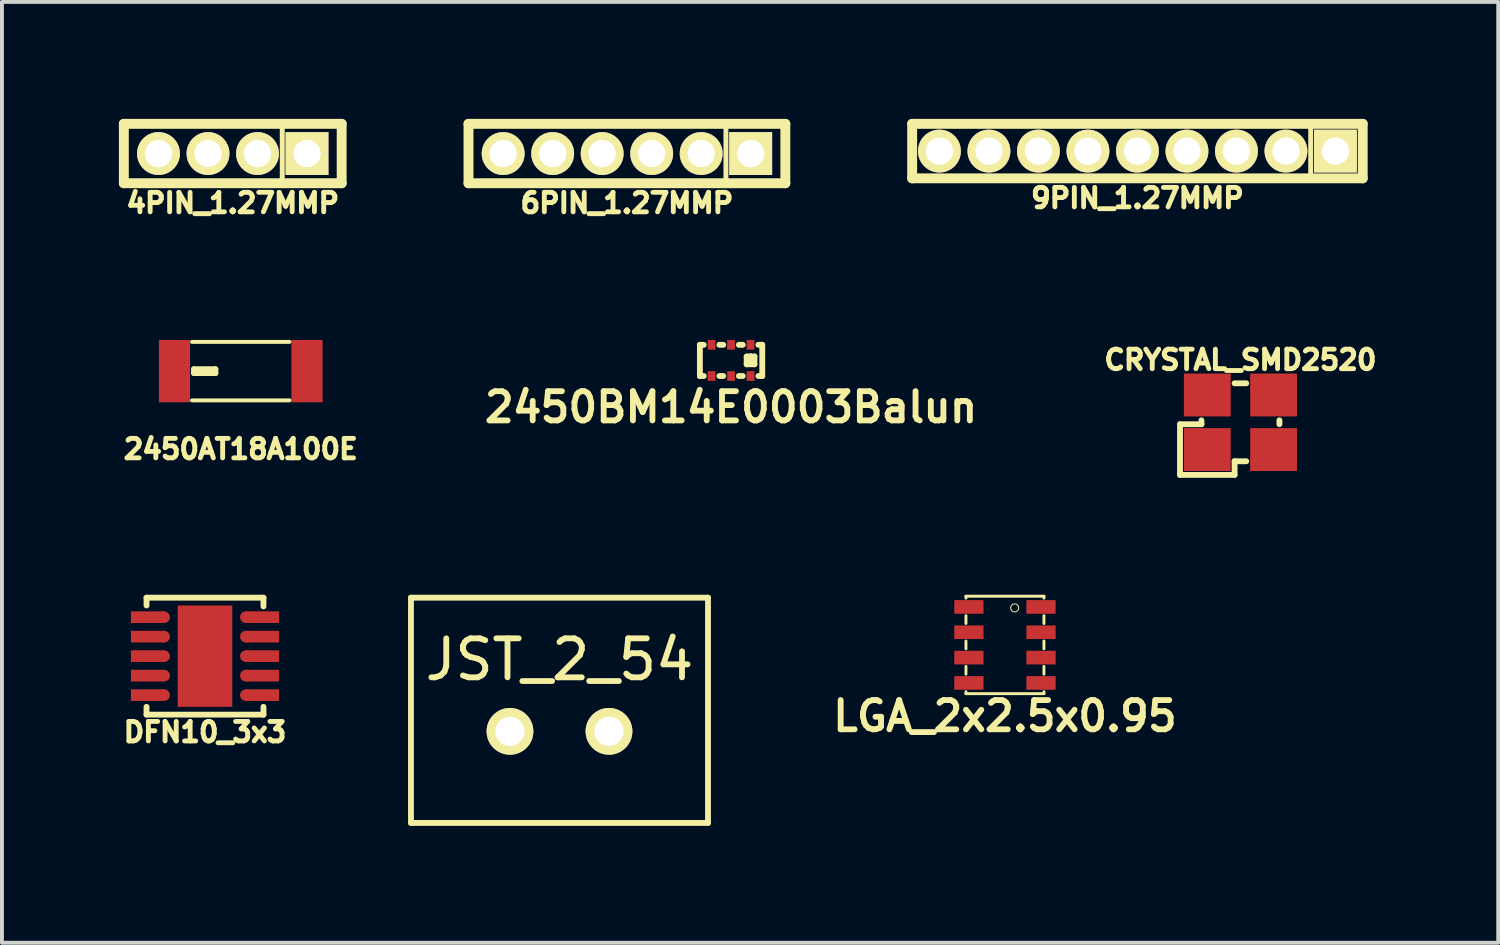
<source format=kicad_pcb>
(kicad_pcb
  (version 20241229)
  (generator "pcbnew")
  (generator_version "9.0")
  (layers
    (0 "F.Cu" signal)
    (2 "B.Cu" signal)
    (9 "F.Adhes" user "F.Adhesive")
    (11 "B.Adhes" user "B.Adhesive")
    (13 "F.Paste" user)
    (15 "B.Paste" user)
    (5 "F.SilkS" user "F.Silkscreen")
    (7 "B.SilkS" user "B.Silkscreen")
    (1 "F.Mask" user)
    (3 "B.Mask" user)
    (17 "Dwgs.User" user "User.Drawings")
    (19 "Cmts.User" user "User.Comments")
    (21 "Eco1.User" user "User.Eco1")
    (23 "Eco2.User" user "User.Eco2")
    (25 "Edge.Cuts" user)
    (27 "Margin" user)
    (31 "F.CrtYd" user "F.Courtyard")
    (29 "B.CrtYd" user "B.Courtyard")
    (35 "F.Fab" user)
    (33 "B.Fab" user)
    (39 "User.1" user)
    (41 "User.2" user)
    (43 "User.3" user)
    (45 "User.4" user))
  (footprint "JST_2_54"
    (layer "F.Cu")
    (at 11.303 15.712)
    (property "Reference" "JST_2_54" (at 0 -1.841 0) (layer "F.SilkS") (effects (font (size 1 1) (thickness 0.15))))
    (attr through_hole)
    (fp_line (start -3.81 -3.429) (end -3.81 2.349) (stroke (width 0.15) (type solid)) (layer "F.SilkS"))
    (fp_line (start -3.81 2.349) (end 3.81 2.349) (stroke (width 0.15) (type solid)) (layer "F.SilkS"))
    (fp_line (start 3.81 -3.429) (end -3.81 -3.429) (stroke (width 0.15) (type solid)) (layer "F.SilkS"))
    (fp_line (start 3.81 2.349) (end 3.81 -3.429) (stroke (width 0.15) (type solid)) (layer "F.SilkS"))
    (pad "1" thru_hole circle (at -1.27 0) (size 1.2 1.2) (drill 0.75) (layers "*.Cu" "*.Mask" "F.SilkS"))
    (pad "2" thru_hole circle (at 1.27 0) (size 1.2 1.2) (drill 0.75) (layers "*.Cu" "*.Mask" "F.SilkS")))
  (footprint "9PIN_1.27MMP"
    (layer "F.Cu")
    (at 26.13 0.826)
    (property "Reference" "9PIN_1.27MMP" (at 0 1.206 0) (layer "F.SilkS") (effects (font (size 0.5 0.5) (thickness 0.125))))
    (attr through_hole)
    (fp_line (start -5.779 -0.699) (end -5.779 0.699) (stroke (width 0.254) (type solid)) (layer "F.SilkS"))
    (fp_line (start -5.779 0.699) (end 5.779 0.699) (stroke (width 0.254) (type solid)) (layer "F.SilkS"))
    (fp_line (start 4.445 0.699) (end 4.445 -0.635) (stroke (width 0.127) (type solid)) (layer "F.SilkS"))
    (fp_line (start 5.779 -0.699) (end -5.779 -0.699) (stroke (width 0.254) (type solid)) (layer "F.SilkS"))
    (fp_line (start 5.779 0.699) (end 5.779 -0.699) (stroke (width 0.254) (type solid)) (layer "F.SilkS"))
    (pad "1" thru_hole circle (at -5.08 0) (size 1.1 1.1) (drill 0.7) (layers "*.Cu" "*.Mask" "F.SilkS"))
    (pad "2" thru_hole circle (at -3.81 0) (size 1.1 1.1) (drill 0.7) (layers "*.Cu" "*.Mask" "F.SilkS"))
    (pad "3" thru_hole circle (at -2.54 0) (size 1.1 1.1) (drill 0.7) (layers "*.Cu" "*.Mask" "F.SilkS"))
    (pad "4" thru_hole circle (at -1.27 0) (size 1.1 1.1) (drill 0.7) (layers "*.Cu" "*.Mask" "F.SilkS"))
    (pad "5" thru_hole circle (at 0 0) (size 1.1 1.1) (drill 0.7) (layers "*.Cu" "*.Mask" "F.SilkS"))
    (pad "6" thru_hole circle (at 1.27 0) (size 1.1 1.1) (drill 0.7) (layers "*.Cu" "*.Mask" "F.SilkS"))
    (pad "7" thru_hole circle (at 2.54 0) (size 1.1 1.1) (drill 0.7) (layers "*.Cu" "*.Mask" "F.SilkS"))
    (pad "8" thru_hole circle (at 3.81 0) (size 1.1 1.1) (drill 0.7) (layers "*.Cu" "*.Mask" "F.SilkS"))
    (pad "9" thru_hole rect (at 5.08 0) (size 1.1 1.1) (drill 0.7) (layers "*.Cu" "*.Mask" "F.SilkS")))
  (footprint "2450AT18A100E"
    (layer "F.Cu")
    (at 3.126 6.471)
    (property "Reference" "2450AT18A100E" (at 0 2 0) (layer "F.SilkS") (effects (font (size 0.5 0.5) (thickness 0.125))))
    (attr through_hole)
    (fp_line (start -1.25 0.75) (end 1.25 0.75) (stroke (width 0.1) (type solid)) (layer "F.SilkS"))
    (fp_line (start -1.2 -0.05) (end -1.2 0.05) (stroke (width 0.15) (type solid)) (layer "F.SilkS"))
    (fp_line (start -1.2 0.05) (end -0.65 0.05) (stroke (width 0.15) (type solid)) (layer "F.SilkS"))
    (fp_line (start -0.65 -0.05) (end -1.2 -0.05) (stroke (width 0.15) (type solid)) (layer "F.SilkS"))
    (fp_line (start -0.65 0.05) (end -0.65 -0.05) (stroke (width 0.15) (type solid)) (layer "F.SilkS"))
    (fp_line (start 1.25 -0.75) (end -1.25 -0.75) (stroke (width 0.1) (type solid)) (layer "F.SilkS"))
    (pad "" smd rect (at 1.7 0) (size 0.8 1.6) (layers "F.Cu" "F.Mask" "F.Paste"))
    (pad "1" smd rect (at -1.7 0) (size 0.8 1.6) (layers "F.Cu" "F.Mask" "F.Paste")))
  (footprint "CRYSTAL_SMD2520"
    (layer "F.Cu")
    (at 28.772 7.783)
    (property "Reference" "CRYSTAL_SMD2520" (at 0 -1.6 0) (layer "F.SilkS") (effects (font (size 0.5 0.5) (thickness 0.125))))
    (attr through_hole)
    (fp_line (start -1.55 0.05) (end -1 0.05) (stroke (width 0.15) (type solid)) (layer "F.SilkS"))
    (fp_line (start -1.55 1.35) (end -1.55 0.05) (stroke (width 0.15) (type solid)) (layer "F.SilkS"))
    (fp_line (start -1 -0.05) (end -1 0.05) (stroke (width 0.15) (type solid)) (layer "F.SilkS"))
    (fp_line (start -0.15 -1) (end 0.15 -1) (stroke (width 0.15) (type solid)) (layer "F.SilkS"))
    (fp_line (start -0.15 1) (end -0.15 1.35) (stroke (width 0.15) (type solid)) (layer "F.SilkS"))
    (fp_line (start -0.15 1) (end 0.15 1) (stroke (width 0.15) (type solid)) (layer "F.SilkS"))
    (fp_line (start -0.15 1.35) (end -1.55 1.35) (stroke (width 0.15) (type solid)) (layer "F.SilkS"))
    (fp_line (start 1 -0.05) (end 1 0.05) (stroke (width 0.15) (type solid)) (layer "F.SilkS"))
    (pad "1" smd rect (at -0.85 0.7) (size 1.2 1.1) (layers "F.Cu" "F.Mask" "F.Paste"))
    (pad "2" smd rect (at -0.85 -0.7) (size 1.2 1.1) (layers "F.Cu" "F.Mask" "F.Paste"))
    (pad "2" smd rect (at 0.85 0.7) (size 1.2 1.1) (layers "F.Cu" "F.Mask" "F.Paste"))
    (pad "3" smd rect (at 0.85 -0.7) (size 1.2 1.1) (layers "F.Cu" "F.Mask" "F.Paste")))
  (footprint "DFN10_3x3"
    (layer "F.Cu")
    (at 2.209 13.783)
    (property "Reference" "DFN10_3x3" (at 0 1.95 0) (layer "F.SilkS") (effects (font (size 0.5 0.5) (thickness 0.125))))
    (attr through_hole)
    (fp_line (start -1.5 -1.5) (end -1.5 -1.3) (stroke (width 0.15) (type solid)) (layer "F.SilkS"))
    (fp_line (start -1.5 -1.5) (end 1.5 -1.5) (stroke (width 0.15) (type solid)) (layer "F.SilkS"))
    (fp_line (start -1.5 1.5) (end -1.5 1.3) (stroke (width 0.15) (type solid)) (layer "F.SilkS"))
    (fp_line (start -1.5 1.5) (end 1.5 1.5) (stroke (width 0.15) (type solid)) (layer "F.SilkS"))
    (fp_line (start 1.5 -1.5) (end 1.5 -1.275) (stroke (width 0.15) (type solid)) (layer "F.SilkS"))
    (fp_line (start 1.5 1.5) (end 1.5 1.3) (stroke (width 0.15) (type solid)) (layer "F.SilkS"))
    (pad "1" smd rect (at -1.475 -1) (size 0.85 0.3) (layers "F.Cu" "F.Mask" "F.Paste"))
    (pad "1" smd circle (at -1.05 -1) (size 0.3 0.3) (layers "F.Cu" "F.Mask" "F.Paste"))
    (pad "2" smd rect (at -1.475 -0.5) (size 0.85 0.3) (layers "F.Cu" "F.Mask" "F.Paste"))
    (pad "2" smd circle (at -1.05 -0.5) (size 0.3 0.3) (layers "F.Cu" "F.Mask" "F.Paste"))
    (pad "3" smd rect (at -1.475 0) (size 0.85 0.3) (layers "F.Cu" "F.Mask" "F.Paste"))
    (pad "3" smd circle (at -1.05 0) (size 0.3 0.3) (layers "F.Cu" "F.Mask" "F.Paste"))
    (pad "4" smd rect (at -1.475 0.5) (size 0.85 0.3) (layers "F.Cu" "F.Mask" "F.Paste"))
    (pad "4" smd circle (at -1.05 0.5) (size 0.3 0.3) (layers "F.Cu" "F.Mask" "F.Paste"))
    (pad "5" smd rect (at -1.475 1) (size 0.85 0.3) (layers "F.Cu" "F.Mask" "F.Paste"))
    (pad "5" smd circle (at -1.05 1) (size 0.3 0.3) (layers "F.Cu" "F.Mask" "F.Paste"))
    (pad "6" smd circle (at 1.05 1) (size 0.3 0.3) (layers "F.Cu" "F.Mask" "F.Paste"))
    (pad "6" smd rect (at 1.475 1) (size 0.85 0.3) (layers "F.Cu" "F.Mask" "F.Paste"))
    (pad "7" smd circle (at 1.05 0.5) (size 0.3 0.3) (layers "F.Cu" "F.Mask" "F.Paste"))
    (pad "7" smd rect (at 1.475 0.5) (size 0.85 0.3) (layers "F.Cu" "F.Mask" "F.Paste"))
    (pad "8" smd circle (at 1.05 0) (size 0.3 0.3) (layers "F.Cu" "F.Mask" "F.Paste"))
    (pad "8" smd rect (at 1.475 0) (size 0.85 0.3) (layers "F.Cu" "F.Mask" "F.Paste"))
    (pad "9" smd circle (at 1.05 -0.5) (size 0.3 0.3) (layers "F.Cu" "F.Mask" "F.Paste"))
    (pad "9" smd rect (at 1.475 -0.5) (size 0.85 0.3) (layers "F.Cu" "F.Mask" "F.Paste"))
    (pad "10" smd circle (at 1.05 -1) (size 0.3 0.3) (layers "F.Cu" "F.Mask" "F.Paste"))
    (pad "10" smd rect (at 1.475 -1) (size 0.85 0.3) (layers "F.Cu" "F.Mask" "F.Paste"))
    (pad "~" smd rect (at 0 0) (size 1.4 2.6) (layers "F.Cu" "F.Mask" "F.Paste")))
  (footprint "4PIN_1.27MMP"
    (layer "F.Cu")
    (at 2.921 0.889)
    (property "Reference" "4PIN_1.27MMP" (at 0 1.27 0) (layer "F.SilkS") (effects (font (size 0.5 0.5) (thickness 0.125))))
    (attr through_hole)
    (fp_line (start -2.794 -0.762) (end -2.794 0.762) (stroke (width 0.254) (type solid)) (layer "F.SilkS"))
    (fp_line (start -2.794 0.762) (end 2.794 0.762) (stroke (width 0.254) (type solid)) (layer "F.SilkS"))
    (fp_line (start 1.27 -0.762) (end 1.27 0.762) (stroke (width 0.127) (type solid)) (layer "F.SilkS"))
    (fp_line (start 2.794 -0.762) (end -2.794 -0.762) (stroke (width 0.254) (type solid)) (layer "F.SilkS"))
    (fp_line (start 2.794 0.762) (end 2.794 -0.762) (stroke (width 0.254) (type solid)) (layer "F.SilkS"))
    (pad "1" thru_hole circle (at -1.905 0) (size 1.1 1.1) (drill 0.7) (layers "*.Cu" "*.Mask" "F.SilkS"))
    (pad "2" thru_hole circle (at -0.635 0) (size 1.1 1.1) (drill 0.7) (layers "*.Cu" "*.Mask" "F.SilkS"))
    (pad "3" thru_hole circle (at 0.635 0) (size 1.1 1.1) (drill 0.7) (layers "*.Cu" "*.Mask" "F.SilkS"))
    (pad "4" thru_hole rect (at 1.905 0) (size 1.1 1.1) (drill 0.7) (layers "*.Cu" "*.Mask" "F.SilkS")))
  (footprint "LGA_2x2.5x0.95"
    (layer "F.Cu")
    (at 22.731 13.495)
    (property "Reference" "LGA_2x2.5x0.95" (at 0 1.825 180) (layer "F.SilkS") (effects (font (size 0.75 0.75) (thickness 0.15))))
    (attr through_hole)
    (fp_line (start -1 -1.25) (end -1 -1.2) (stroke (width 0.075) (type solid)) (layer "F.SilkS"))
    (fp_line (start -1 -0.75) (end -1 -0.55) (stroke (width 0.075) (type solid)) (layer "F.SilkS"))
    (fp_line (start -1 -0.1) (end -1 0.1) (stroke (width 0.075) (type solid)) (layer "F.SilkS"))
    (fp_line (start -1 0.55) (end -1 0.75) (stroke (width 0.075) (type solid)) (layer "F.SilkS"))
    (fp_line (start -1 1.25) (end -1 1.2) (stroke (width 0.075) (type solid)) (layer "F.SilkS"))
    (fp_line (start -1 1.25) (end 1 1.25) (stroke (width 0.075) (type solid)) (layer "F.SilkS"))
    (fp_line (start 1 -1.25) (end -1 -1.25) (stroke (width 0.075) (type solid)) (layer "F.SilkS"))
    (fp_line (start 1 -1.2) (end 1 -1.25) (stroke (width 0.075) (type solid)) (layer "F.SilkS"))
    (fp_line (start 1 -0.55) (end 1 -0.75) (stroke (width 0.075) (type solid)) (layer "F.SilkS"))
    (fp_line (start 1 0.1) (end 1 -0.1) (stroke (width 0.075) (type solid)) (layer "F.SilkS"))
    (fp_line (start 1 0.75) (end 1 0.55) (stroke (width 0.075) (type solid)) (layer "F.SilkS"))
    (fp_line (start 1 1.25) (end 1 1.2) (stroke (width 0.075) (type solid)) (layer "F.SilkS"))
    (fp_circle (center 0.25 -0.95) (end 0.275 -0.85) (stroke (width 0.025) (type solid)) (fill no) (layer "F.SilkS"))
    (pad "1" smd rect (at 0.725 -0.975 180) (size 0.75 0.35) (drill (offset -0.2 0)) (layers "F.Cu" "F.Mask" "F.Paste"))
    (pad "2" smd rect (at 0.725 -0.325 180) (size 0.75 0.35) (drill (offset -0.2 0)) (layers "F.Cu" "F.Mask" "F.Paste"))
    (pad "3" smd rect (at 0.725 0.325 180) (size 0.75 0.35) (drill (offset -0.2 0)) (layers "F.Cu" "F.Mask" "F.Paste"))
    (pad "4" smd rect (at 0.725 0.975 180) (size 0.75 0.35) (drill (offset -0.2 0)) (layers "F.Cu" "F.Mask" "F.Paste"))
    (pad "5" smd rect (at -1.125 0.975 180) (size 0.75 0.35) (drill (offset -0.2 0)) (layers "F.Cu" "F.Mask" "F.Paste"))
    (pad "6" smd rect (at -1.125 0.325 180) (size 0.75 0.35) (drill (offset -0.2 0)) (layers "F.Cu" "F.Mask" "F.Paste"))
    (pad "7" smd rect (at -1.125 -0.325 180) (size 0.75 0.35) (drill (offset -0.2 0)) (layers "F.Cu" "F.Mask" "F.Paste"))
    (pad "8" smd rect (at -1.125 -0.975 180) (size 0.75 0.35) (drill (offset -0.2 0)) (layers "F.Cu" "F.Mask" "F.Paste")))
  (footprint "6PIN_1.27MMP"
    (layer "F.Cu")
    (at 13.033 0.889)
    (property "Reference" "6PIN_1.27MMP" (at 0 1.27 0) (layer "F.SilkS") (effects (font (size 0.5 0.5) (thickness 0.125))))
    (attr through_hole)
    (fp_line (start -4.064 -0.762) (end -4.064 0.762) (stroke (width 0.254) (type solid)) (layer "F.SilkS"))
    (fp_line (start -4.064 0.762) (end 4.064 0.762) (stroke (width 0.254) (type solid)) (layer "F.SilkS"))
    (fp_line (start 2.54 -0.762) (end 2.54 0.762) (stroke (width 0.127) (type solid)) (layer "F.SilkS"))
    (fp_line (start 4.064 -0.762) (end -4.064 -0.762) (stroke (width 0.254) (type solid)) (layer "F.SilkS"))
    (fp_line (start 4.064 0.762) (end 4.064 -0.762) (stroke (width 0.254) (type solid)) (layer "F.SilkS"))
    (pad "1" thru_hole circle (at -3.175 0) (size 1.1 1.1) (drill 0.7) (layers "*.Cu" "*.Mask" "F.SilkS"))
    (pad "2" thru_hole circle (at -1.905 0) (size 1.1 1.1) (drill 0.7) (layers "*.Cu" "*.Mask" "F.SilkS"))
    (pad "3" thru_hole circle (at -0.635 0) (size 1.1 1.1) (drill 0.7) (layers "*.Cu" "*.Mask" "F.SilkS"))
    (pad "4" thru_hole circle (at 0.635 0) (size 1.1 1.1) (drill 0.7) (layers "*.Cu" "*.Mask" "F.SilkS"))
    (pad "5" thru_hole circle (at 1.905 0) (size 1.1 1.1) (drill 0.7) (layers "*.Cu" "*.Mask" "F.SilkS"))
    (pad "6" thru_hole rect (at 3.175 0) (size 1.1 1.1) (drill 0.7) (layers "*.Cu" "*.Mask" "F.SilkS")))
  (footprint "2450BM14E0003Balun"
    (layer "F.Cu")
    (at 15.705 6.196)
    (property "Reference" "2450BM14E0003Balun" (at 0 1.2 0) (layer "F.SilkS") (effects (font (size 0.75 0.75) (thickness 0.15))))
    (attr through_hole)
    (fp_line (start -0.8 -0.4) (end -0.8 0.4) (stroke (width 0.15) (type solid)) (layer "F.SilkS"))
    (fp_line (start -0.8 -0.4) (end -0.7 -0.4) (stroke (width 0.15) (type solid)) (layer "F.SilkS"))
    (fp_line (start -0.8 0.4) (end -0.7 0.4) (stroke (width 0.15) (type solid)) (layer "F.SilkS"))
    (fp_line (start -0.3 -0.4) (end -0.2 -0.4) (stroke (width 0.15) (type solid)) (layer "F.SilkS"))
    (fp_line (start -0.2 0.4) (end -0.3 0.4) (stroke (width 0.15) (type solid)) (layer "F.SilkS"))
    (fp_line (start 0.2 -0.4) (end 0.3 -0.4) (stroke (width 0.15) (type solid)) (layer "F.SilkS"))
    (fp_line (start 0.3 0.4) (end 0.2 0.4) (stroke (width 0.15) (type solid)) (layer "F.SilkS"))
    (fp_line (start 0.4 -0.1) (end 0.5 -0.1) (stroke (width 0.15) (type solid)) (layer "F.SilkS"))
    (fp_line (start 0.4 0.1) (end 0.4 -0.1) (stroke (width 0.15) (type solid)) (layer "F.SilkS"))
    (fp_line (start 0.5 -0.1) (end 0.5 0) (stroke (width 0.15) (type solid)) (layer "F.SilkS"))
    (fp_line (start 0.5 -0.1) (end 0.6 -0.1) (stroke (width 0.15) (type solid)) (layer "F.SilkS"))
    (fp_line (start 0.5 0) (end 0.5 -0.1) (stroke (width 0.15) (type solid)) (layer "F.SilkS"))
    (fp_line (start 0.6 -0.1) (end 0.6 0.1) (stroke (width 0.15) (type solid)) (layer "F.SilkS"))
    (fp_line (start 0.6 0.1) (end 0.4 0.1) (stroke (width 0.15) (type solid)) (layer "F.SilkS"))
    (fp_line (start 0.8 -0.4) (end 0.7 -0.4) (stroke (width 0.15) (type solid)) (layer "F.SilkS"))
    (fp_line (start 0.8 -0.4) (end 0.8 0.4) (stroke (width 0.15) (type solid)) (layer "F.SilkS"))
    (fp_line (start 0.8 0.4) (end 0.7 0.4) (stroke (width 0.15) (type solid)) (layer "F.SilkS"))
    (pad "1" smd rect (at 0.5 -0.4) (size 0.2 0.25) (layers "F.Cu" "F.Mask" "F.Paste"))
    (pad "2" smd rect (at 0 -0.4) (size 0.2 0.25) (layers "F.Cu" "F.Mask" "F.Paste"))
    (pad "3" smd rect (at -0.5 -0.4) (size 0.2 0.25) (layers "F.Cu" "F.Mask" "F.Paste"))
    (pad "4" smd rect (at -0.5 0.4) (size 0.2 0.25) (layers "F.Cu" "F.Mask" "F.Paste"))
    (pad "5" smd rect (at 0 0.4) (size 0.2 0.25) (layers "F.Cu" "F.Mask" "F.Paste"))
    (pad "6" smd rect (at 0.5 0.4) (size 0.2 0.25) (layers "F.Cu" "F.Mask" "F.Paste")))
  (gr_rect
    (start -3 -3)
    (end 35.386 21.136)
    (stroke (width 0.1) (type default))
    (fill no)
    (layer "Edge.Cuts")))
</source>
